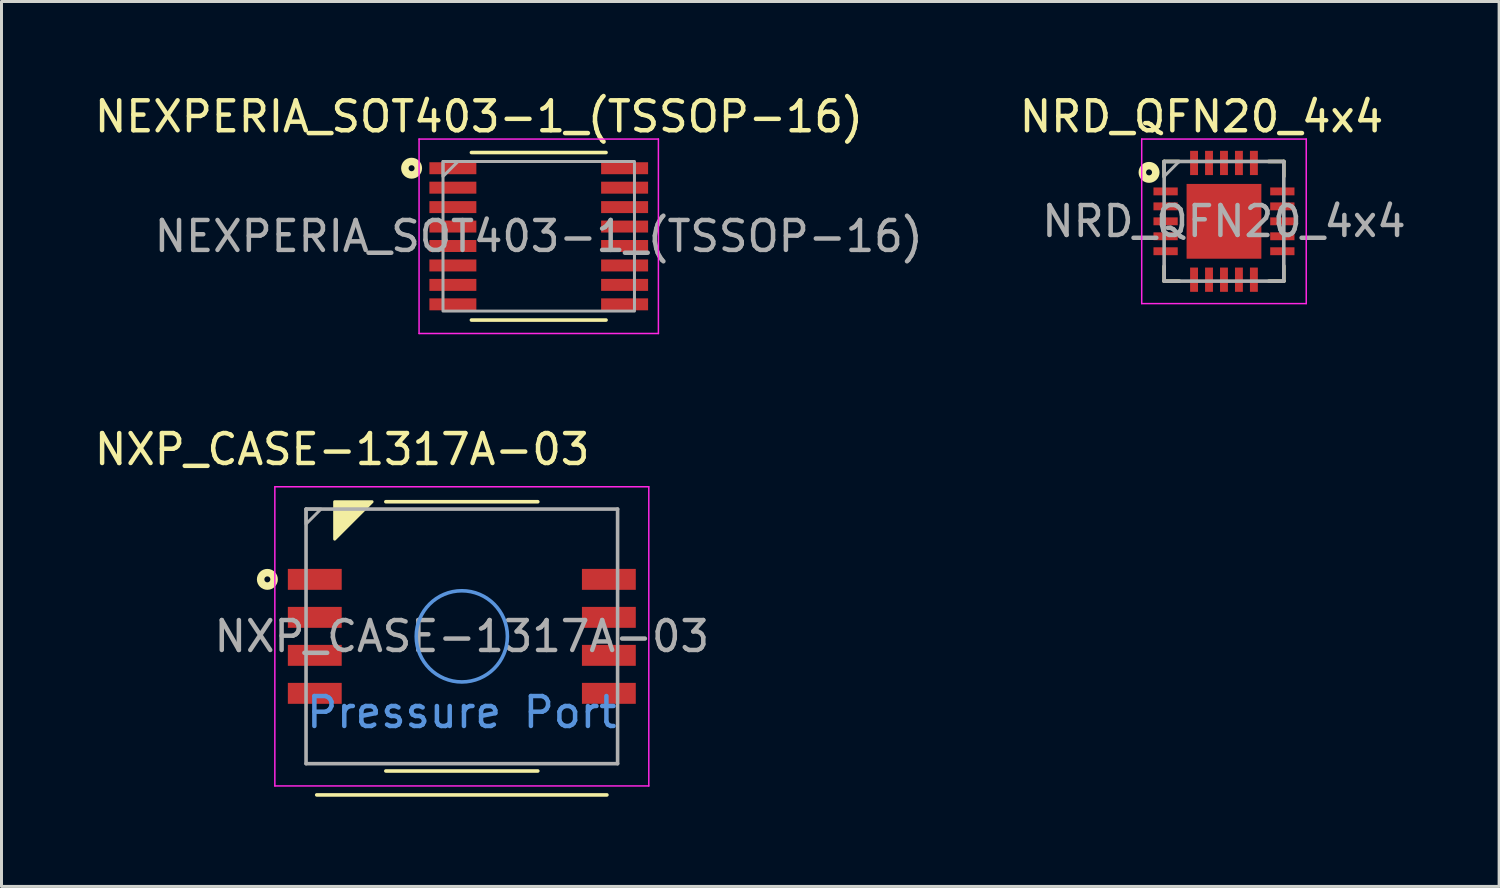
<source format=kicad_pcb>
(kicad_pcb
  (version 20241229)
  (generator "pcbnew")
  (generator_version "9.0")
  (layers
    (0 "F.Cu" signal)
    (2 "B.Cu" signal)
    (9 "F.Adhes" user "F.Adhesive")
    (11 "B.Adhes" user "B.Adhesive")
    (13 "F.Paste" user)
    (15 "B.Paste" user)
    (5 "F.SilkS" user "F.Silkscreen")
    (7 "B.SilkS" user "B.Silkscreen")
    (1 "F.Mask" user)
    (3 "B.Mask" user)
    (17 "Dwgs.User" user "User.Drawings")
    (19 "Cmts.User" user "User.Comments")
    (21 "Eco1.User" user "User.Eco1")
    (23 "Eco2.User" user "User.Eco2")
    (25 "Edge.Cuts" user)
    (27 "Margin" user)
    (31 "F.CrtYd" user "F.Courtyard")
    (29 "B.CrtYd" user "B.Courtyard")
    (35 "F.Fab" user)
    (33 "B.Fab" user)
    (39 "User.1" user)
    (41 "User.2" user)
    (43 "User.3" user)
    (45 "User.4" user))
  (footprint "NEXPERIA_SOT403-1_(TSSOP-16)"
    (layer "F.Cu")
    (at 14.958 4.848)
    (property "Reference" "NEXPERIA_SOT403-1_(TSSOP-16)" (at -2 -4 0) (unlocked yes) (layer "F.SilkS") (effects (font (size 1 1) (thickness 0.15))))
    (attr smd)
    (fp_line (start 2.25 -2.8) (end -2.25 -2.8) (stroke (width 0.12) (type solid)) (layer "F.SilkS"))
    (fp_line (start 2.25 2.8) (end -2.25 2.8) (stroke (width 0.12) (type solid)) (layer "F.SilkS"))
    (fp_circle (center -4.25 -2.275) (end -4.15 -2.275) (stroke (width 0.25) (type solid)) (fill no) (layer "F.SilkS"))
    (fp_line (start -4 -3.25) (end 4 -3.25) (stroke (width 0.05) (type solid)) (layer "F.CrtYd"))
    (fp_line (start -4 3.25) (end -4 -3.25) (stroke (width 0.05) (type solid)) (layer "F.CrtYd"))
    (fp_line (start 4 -3.25) (end 4 3.25) (stroke (width 0.05) (type solid)) (layer "F.CrtYd"))
    (fp_line (start 4 3.25) (end -4 3.25) (stroke (width 0.05) (type solid)) (layer "F.CrtYd"))
    (fp_rect (start 3.2 -2.5) (end -3.2 2.5) (stroke (width 0.1) (type solid)) (fill no) (layer "F.Fab"))
    (fp_poly (pts (xy -3.2 -2) (xy -3.2 -2.5) (xy -2.7 -2.5)) (stroke (width 0.1) (type solid)) (fill no) (layer "F.Fab"))
    (fp_text user "${REFERENCE}" (at 0 0 0) (unlocked yes) (layer "F.Fab") (effects (font (size 1 1) (thickness 0.15))))
    (pad "1" smd rect (at -2.87 -2.275) (size 1.57 0.4) (layers "F.Cu" "F.Mask" "F.Paste"))
    (pad "2" smd rect (at -2.87 -1.625) (size 1.57 0.4) (layers "F.Cu" "F.Mask" "F.Paste"))
    (pad "3" smd rect (at -2.87 -0.975) (size 1.57 0.4) (layers "F.Cu" "F.Mask" "F.Paste"))
    (pad "4" smd rect (at -2.87 -0.325) (size 1.57 0.4) (layers "F.Cu" "F.Mask" "F.Paste"))
    (pad "5" smd rect (at -2.87 0.325) (size 1.57 0.4) (layers "F.Cu" "F.Mask" "F.Paste"))
    (pad "6" smd rect (at -2.87 0.975) (size 1.57 0.4) (layers "F.Cu" "F.Mask" "F.Paste"))
    (pad "7" smd rect (at -2.87 1.625) (size 1.57 0.4) (layers "F.Cu" "F.Mask" "F.Paste"))
    (pad "8" smd rect (at -2.87 2.275) (size 1.57 0.4) (layers "F.Cu" "F.Mask" "F.Paste"))
    (pad "9" smd rect (at 2.87 2.275) (size 1.57 0.4) (layers "F.Cu" "F.Mask" "F.Paste"))
    (pad "10" smd rect (at 2.87 1.625) (size 1.57 0.4) (layers "F.Cu" "F.Mask" "F.Paste"))
    (pad "11" smd rect (at 2.87 0.975) (size 1.57 0.4) (layers "F.Cu" "F.Mask" "F.Paste"))
    (pad "12" smd rect (at 2.87 0.325) (size 1.57 0.4) (layers "F.Cu" "F.Mask" "F.Paste"))
    (pad "13" smd rect (at 2.87 -0.325) (size 1.57 0.4) (layers "F.Cu" "F.Mask" "F.Paste"))
    (pad "14" smd rect (at 2.87 -0.975) (size 1.57 0.4) (layers "F.Cu" "F.Mask" "F.Paste"))
    (pad "15" smd rect (at 2.87 -1.625) (size 1.57 0.4) (layers "F.Cu" "F.Mask" "F.Paste"))
    (pad "16" smd rect (at 2.87 -2.275) (size 1.57 0.4) (layers "F.Cu" "F.Mask" "F.Paste")))
  (footprint "NRD_QFN20_4x4"
    (layer "F.Cu")
    (at 37.863 4.348)
    (property "Reference" "NRD_QFN20_4x4" (at -0.75 -3.5 0) (unlocked yes) (layer "F.SilkS") (effects (font (size 1 1) (thickness 0.15))))
    (attr smd)
    (fp_line (start -2 -2) (end -1.5 -2) (stroke (width 0.12) (type solid)) (layer "F.SilkS"))
    (fp_line (start -2 -1.49) (end -2 -2) (stroke (width 0.12) (type solid)) (layer "F.SilkS"))
    (fp_line (start -2 2) (end -2 1.5) (stroke (width 0.12) (type solid)) (layer "F.SilkS"))
    (fp_line (start -1.49 2) (end -2 2) (stroke (width 0.12) (type solid)) (layer "F.SilkS"))
    (fp_line (start 1.49 -2) (end 2 -2) (stroke (width 0.12) (type solid)) (layer "F.SilkS"))
    (fp_line (start 2 -2) (end 2 -1.5) (stroke (width 0.12) (type solid)) (layer "F.SilkS"))
    (fp_line (start 2 1.49) (end 2 2) (stroke (width 0.12) (type solid)) (layer "F.SilkS"))
    (fp_line (start 2 2) (end 1.5 2) (stroke (width 0.12) (type solid)) (layer "F.SilkS"))
    (fp_circle (center -2.504 -1.636) (end -2.404 -1.636) (stroke (width 0.25) (type solid)) (fill no) (layer "F.SilkS"))
    (fp_rect (start -1 -1) (end -0.25 -0.25) (stroke (width 0.05) (type solid)) (fill yes) (layer "F.Paste"))
    (fp_rect (start -1 0.25) (end -0.25 1) (stroke (width 0.05) (type solid)) (fill yes) (layer "F.Paste"))
    (fp_rect (start 0.25 -1) (end 1 -0.25) (stroke (width 0.05) (type solid)) (fill yes) (layer "F.Paste"))
    (fp_rect (start 0.25 0.25) (end 1 1) (stroke (width 0.05) (type solid)) (fill yes) (layer "F.Paste"))
    (fp_line (start -2.75 2.75) (end -2.75 -2.75) (stroke (width 0.05) (type solid)) (layer "F.CrtYd"))
    (fp_line (start 2.75 -2.75) (end -2.75 -2.75) (stroke (width 0.05) (type solid)) (layer "F.CrtYd"))
    (fp_line (start 2.75 2.75) (end -2.75 2.75) (stroke (width 0.05) (type solid)) (layer "F.CrtYd"))
    (fp_line (start 2.75 2.75) (end 2.75 -2.75) (stroke (width 0.05) (type solid)) (layer "F.CrtYd"))
    (fp_line (start -2 -2) (end -2 2) (stroke (width 0.12) (type solid)) (layer "F.Fab"))
    (fp_line (start 2 -2) (end -2 -2) (stroke (width 0.12) (type solid)) (layer "F.Fab"))
    (fp_line (start 2 -2) (end 2 2) (stroke (width 0.12) (type solid)) (layer "F.Fab"))
    (fp_line (start 2 2) (end -2 2) (stroke (width 0.12) (type solid)) (layer "F.Fab"))
    (fp_poly (pts (xy -2 -1.5) (xy -2 -2) (xy -1.5 -2)) (stroke (width 0.1) (type solid)) (fill no) (layer "F.Fab"))
    (fp_text user "${REFERENCE}" (at 0 0 0) (unlocked yes) (layer "F.Fab") (effects (font (size 1 1) (thickness 0.15))))
    (pad "1" smd rect (at -1.951 -1) (size 0.811 0.264) (layers "F.Cu" "F.Mask" "F.Paste"))
    (pad "2" smd rect (at -1.951 -0.5) (size 0.811 0.264) (layers "F.Cu" "F.Mask" "F.Paste"))
    (pad "3" smd rect (at -1.951 0) (size 0.811 0.264) (layers "F.Cu" "F.Mask" "F.Paste"))
    (pad "4" smd rect (at -1.951 0.5) (size 0.811 0.264) (layers "F.Cu" "F.Mask" "F.Paste"))
    (pad "5" smd rect (at -1.951 1) (size 0.811 0.264) (layers "F.Cu" "F.Mask" "F.Paste"))
    (pad "6" smd rect (at -1 1.951 90) (size 0.811 0.264) (layers "F.Cu" "F.Mask" "F.Paste"))
    (pad "7" smd rect (at -0.5 1.951 90) (size 0.811 0.264) (layers "F.Cu" "F.Mask" "F.Paste"))
    (pad "8" smd rect (at 0 1.951 90) (size 0.811 0.264) (layers "F.Cu" "F.Mask" "F.Paste"))
    (pad "9" smd rect (at 0.5 1.951 90) (size 0.811 0.264) (layers "F.Cu" "F.Mask" "F.Paste"))
    (pad "10" smd rect (at 1 1.951 90) (size 0.811 0.264) (layers "F.Cu" "F.Mask" "F.Paste"))
    (pad "11" smd rect (at 1.951 1 180) (size 0.811 0.264) (layers "F.Cu" "F.Mask" "F.Paste"))
    (pad "12" smd rect (at 1.951 0.5 180) (size 0.811 0.264) (layers "F.Cu" "F.Mask" "F.Paste"))
    (pad "13" smd rect (at 1.951 0 180) (size 0.811 0.264) (layers "F.Cu" "F.Mask" "F.Paste"))
    (pad "14" smd rect (at 1.951 -0.5 180) (size 0.811 0.264) (layers "F.Cu" "F.Mask" "F.Paste"))
    (pad "15" smd rect (at 1.951 -1 180) (size 0.811 0.264) (layers "F.Cu" "F.Mask" "F.Paste"))
    (pad "16" smd rect (at 1 -1.951 270) (size 0.811 0.264) (layers "F.Cu" "F.Mask" "F.Paste"))
    (pad "17" smd rect (at 0.5 -1.951 270) (size 0.811 0.264) (layers "F.Cu" "F.Mask" "F.Paste"))
    (pad "18" smd rect (at 0 -1.951 270) (size 0.811 0.264) (layers "F.Cu" "F.Mask" "F.Paste"))
    (pad "19" smd rect (at -0.5 -1.951 270) (size 0.811 0.264) (layers "F.Cu" "F.Mask" "F.Paste"))
    (pad "20" smd rect (at -1 -1.951 270) (size 0.811 0.264) (layers "F.Cu" "F.Mask" "F.Paste"))
    (pad "21" smd rect (at 0 0) (size 2.5 2.5) (layers "F.Cu" "F.Mask")))
  (footprint "NXP_CASE-1317A-03"
    (layer "F.Cu")
    (at 12.387 18.221)
    (property "Reference" "NXP_CASE-1317A-03" (at -4 -6.25 0) (unlocked yes) (layer "F.SilkS") (effects (font (size 1 1) (thickness 0.15))))
    (attr smd)
    (fp_line (start -4.85 5.3) (end 4.85 5.3) (stroke (width 0.12) (type solid)) (layer "F.SilkS"))
    (fp_line (start -2.54 -4.5) (end 2.54 -4.5) (stroke (width 0.12) (type solid)) (layer "F.SilkS"))
    (fp_line (start -2.54 4.5) (end 2.54 4.5) (stroke (width 0.12) (type solid)) (layer "F.SilkS"))
    (fp_circle (center -6.5 -1.905) (end -6.4 -1.905) (stroke (width 0.25) (type solid)) (fill no) (layer "F.SilkS"))
    (fp_poly (pts (xy -4.25 -3.25) (xy -4.25 -4.5) (xy -3 -4.5)) (stroke (width 0.1) (type solid)) (fill yes) (layer "F.SilkS"))
    (fp_circle (center 0 0) (end 1.524 0) (stroke (width 0.12) (type solid)) (fill no) (layer "Cmts.User"))
    (fp_line (start -6.25 5) (end -6.25 -5) (stroke (width 0.05) (type solid)) (layer "F.CrtYd"))
    (fp_line (start 6.25 -5) (end -6.25 -5) (stroke (width 0.05) (type solid)) (layer "F.CrtYd"))
    (fp_line (start 6.25 5) (end -6.25 5) (stroke (width 0.05) (type solid)) (layer "F.CrtYd"))
    (fp_line (start 6.25 5) (end 6.25 -5) (stroke (width 0.05) (type solid)) (layer "F.CrtYd"))
    (fp_line (start -5.207 -4.255) (end -5.207 4.255) (stroke (width 0.12) (type solid)) (layer "F.Fab"))
    (fp_line (start 5.207 -4.255) (end -5.207 -4.255) (stroke (width 0.12) (type solid)) (layer "F.Fab"))
    (fp_line (start 5.207 -4.255) (end 5.207 4.255) (stroke (width 0.12) (type solid)) (layer "F.Fab"))
    (fp_line (start 5.207 4.255) (end -5.207 4.255) (stroke (width 0.12) (type solid)) (layer "F.Fab"))
    (fp_poly (pts (xy -5.207 -3.755) (xy -5.207 -4.255) (xy -4.707 -4.255)) (stroke (width 0.1) (type solid)) (fill no) (layer "F.Fab"))
    (fp_text user "Pressure Port" (at 0 2.54 0) (unlocked yes) (layer "Cmts.User") (effects (font (size 1 1) (thickness 0.15))))
    (fp_text user "${REFERENCE}" (at 0 0 0) (unlocked yes) (layer "F.Fab") (effects (font (size 1 1) (thickness 0.15))))
    (pad "1" smd rect (at -4.915 -1.905) (size 1.8 0.7) (layers "F.Cu" "F.Mask" "F.Paste"))
    (pad "2" smd rect (at -4.915 -0.635) (size 1.8 0.7) (layers "F.Cu" "F.Mask" "F.Paste"))
    (pad "3" smd rect (at -4.915 0.635) (size 1.8 0.7) (layers "F.Cu" "F.Mask" "F.Paste"))
    (pad "4" smd rect (at -4.915 1.905) (size 1.8 0.7) (layers "F.Cu" "F.Mask" "F.Paste"))
    (pad "5" smd rect (at 4.915 1.905) (size 1.8 0.7) (layers "F.Cu" "F.Mask" "F.Paste"))
    (pad "6" smd rect (at 4.915 0.635) (size 1.8 0.7) (layers "F.Cu" "F.Mask" "F.Paste"))
    (pad "7" smd rect (at 4.915 -0.635) (size 1.8 0.7) (layers "F.Cu" "F.Mask" "F.Paste"))
    (pad "8" smd rect (at 4.915 -1.905) (size 1.8 0.7) (layers "F.Cu" "F.Mask" "F.Paste")))
  (gr_rect
    (start -3 -3)
    (end 47.06 26.581)
    (stroke (width 0.1) (type default))
    (fill no)
    (layer "Edge.Cuts")))
</source>
